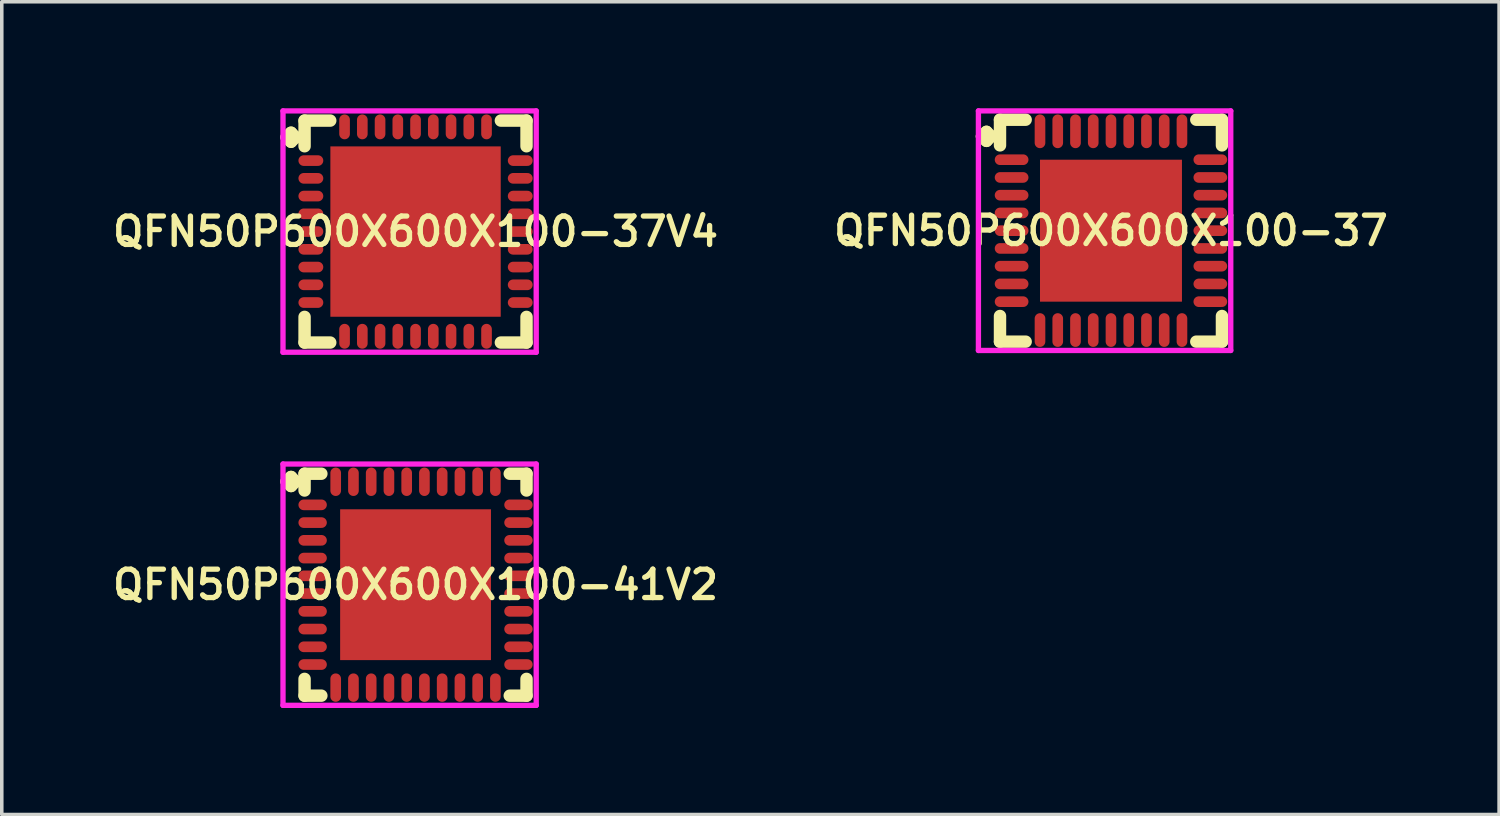
<source format=kicad_pcb>
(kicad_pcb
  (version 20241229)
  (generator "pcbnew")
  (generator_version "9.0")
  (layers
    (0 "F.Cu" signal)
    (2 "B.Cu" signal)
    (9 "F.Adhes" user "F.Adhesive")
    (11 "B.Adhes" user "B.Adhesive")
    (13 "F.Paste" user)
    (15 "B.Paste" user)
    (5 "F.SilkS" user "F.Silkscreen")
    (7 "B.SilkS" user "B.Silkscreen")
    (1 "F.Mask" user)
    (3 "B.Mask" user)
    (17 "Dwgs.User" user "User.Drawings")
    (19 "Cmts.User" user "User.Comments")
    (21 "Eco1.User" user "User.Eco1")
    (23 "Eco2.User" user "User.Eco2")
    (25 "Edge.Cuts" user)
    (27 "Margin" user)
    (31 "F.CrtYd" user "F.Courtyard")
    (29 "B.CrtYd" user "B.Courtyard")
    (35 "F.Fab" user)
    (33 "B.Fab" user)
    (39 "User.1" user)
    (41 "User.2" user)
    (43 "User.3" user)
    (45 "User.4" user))
  (footprint "QFN50P600X600X100-37V4"
    (layer "F.Cu")
    (at 8.659 3.475)
    (property "Reference" "QFN50P600X600X100-37V4" (at 0 0 0) (layer "F.SilkS") (effects (font (size 0.8 0.8) (thickness 0.15))))
    (attr smd)
    (fp_line (start -3.635 -2.658) (end -3.508 -2.785) (stroke (width 0.35) (type solid)) (layer "F.SilkS"))
    (fp_line (start -3.508 -2.785) (end -3.381 -2.658) (stroke (width 0.35) (type solid)) (layer "F.SilkS"))
    (fp_line (start -3.508 -2.531) (end -3.635 -2.658) (stroke (width 0.35) (type solid)) (layer "F.SilkS"))
    (fp_line (start -3.381 -2.658) (end -3.508 -2.531) (stroke (width 0.35) (type solid)) (layer "F.SilkS"))
    (fp_line (start -3.127 -3.127) (end -2.404 -3.127) (stroke (width 0.35) (type solid)) (layer "F.SilkS"))
    (fp_line (start -3.127 -2.404) (end -3.127 -3.127) (stroke (width 0.35) (type solid)) (layer "F.SilkS"))
    (fp_line (start -3.127 2.404) (end -3.127 3.127) (stroke (width 0.35) (type solid)) (layer "F.SilkS"))
    (fp_line (start -3.127 3.127) (end -2.404 3.127) (stroke (width 0.35) (type solid)) (layer "F.SilkS"))
    (fp_line (start 2.404 -3.127) (end 3.127 -3.127) (stroke (width 0.35) (type solid)) (layer "F.SilkS"))
    (fp_line (start 2.404 3.127) (end 3.127 3.127) (stroke (width 0.35) (type solid)) (layer "F.SilkS"))
    (fp_line (start 3.127 -3.127) (end 3.127 -2.404) (stroke (width 0.35) (type solid)) (layer "F.SilkS"))
    (fp_line (start 3.127 3.127) (end 3.127 2.404) (stroke (width 0.35) (type solid)) (layer "F.SilkS"))
    (fp_line (start -3.735 -3.4) (end 3.4 -3.4) (stroke (width 0.15) (type solid)) (layer "F.CrtYd"))
    (fp_line (start -3.735 3.4) (end -3.735 -3.4) (stroke (width 0.15) (type solid)) (layer "F.CrtYd"))
    (fp_line (start 3.4 -3.4) (end 3.4 3.4) (stroke (width 0.15) (type solid)) (layer "F.CrtYd"))
    (fp_line (start 3.4 3.4) (end -3.735 3.4) (stroke (width 0.15) (type solid)) (layer "F.CrtYd"))
    (pad "1" smd oval (at -2.95 -2) (size 0.7 0.3) (layers "F.Cu" "F.Mask" "F.Paste"))
    (pad "2" smd oval (at -2.95 -1.5) (size 0.7 0.3) (layers "F.Cu" "F.Mask" "F.Paste"))
    (pad "3" smd oval (at -2.95 -1) (size 0.7 0.3) (layers "F.Cu" "F.Mask" "F.Paste"))
    (pad "4" smd oval (at -2.95 -0.5) (size 0.7 0.3) (layers "F.Cu" "F.Mask" "F.Paste"))
    (pad "5" smd oval (at -2.95 0) (size 0.7 0.3) (layers "F.Cu" "F.Mask" "F.Paste"))
    (pad "6" smd oval (at -2.95 0.5) (size 0.7 0.3) (layers "F.Cu" "F.Mask" "F.Paste"))
    (pad "7" smd oval (at -2.95 1) (size 0.7 0.3) (layers "F.Cu" "F.Mask" "F.Paste"))
    (pad "8" smd oval (at -2.95 1.5) (size 0.7 0.3) (layers "F.Cu" "F.Mask" "F.Paste"))
    (pad "9" smd oval (at -2.95 2) (size 0.7 0.3) (layers "F.Cu" "F.Mask" "F.Paste"))
    (pad "10" smd oval (at -2 2.95) (size 0.3 0.7) (layers "F.Cu" "F.Mask" "F.Paste"))
    (pad "11" smd oval (at -1.5 2.95) (size 0.3 0.7) (layers "F.Cu" "F.Mask" "F.Paste"))
    (pad "12" smd oval (at -1 2.95) (size 0.3 0.7) (layers "F.Cu" "F.Mask" "F.Paste"))
    (pad "13" smd oval (at -0.5 2.95) (size 0.3 0.7) (layers "F.Cu" "F.Mask" "F.Paste"))
    (pad "14" smd oval (at 0 2.95) (size 0.3 0.7) (layers "F.Cu" "F.Mask" "F.Paste"))
    (pad "15" smd oval (at 0.5 2.95) (size 0.3 0.7) (layers "F.Cu" "F.Mask" "F.Paste"))
    (pad "16" smd oval (at 1 2.95) (size 0.3 0.7) (layers "F.Cu" "F.Mask" "F.Paste"))
    (pad "17" smd oval (at 1.5 2.95) (size 0.3 0.7) (layers "F.Cu" "F.Mask" "F.Paste"))
    (pad "18" smd oval (at 2 2.95) (size 0.3 0.7) (layers "F.Cu" "F.Mask" "F.Paste"))
    (pad "19" smd oval (at 2.95 2) (size 0.7 0.3) (layers "F.Cu" "F.Mask" "F.Paste"))
    (pad "20" smd oval (at 2.95 1.5) (size 0.7 0.3) (layers "F.Cu" "F.Mask" "F.Paste"))
    (pad "21" smd oval (at 2.95 1) (size 0.7 0.3) (layers "F.Cu" "F.Mask" "F.Paste"))
    (pad "22" smd oval (at 2.95 0.5) (size 0.7 0.3) (layers "F.Cu" "F.Mask" "F.Paste"))
    (pad "23" smd oval (at 2.95 0) (size 0.7 0.3) (layers "F.Cu" "F.Mask" "F.Paste"))
    (pad "24" smd oval (at 2.95 -0.5) (size 0.7 0.3) (layers "F.Cu" "F.Mask" "F.Paste"))
    (pad "25" smd oval (at 2.95 -1) (size 0.7 0.3) (layers "F.Cu" "F.Mask" "F.Paste"))
    (pad "26" smd oval (at 2.95 -1.5) (size 0.7 0.3) (layers "F.Cu" "F.Mask" "F.Paste"))
    (pad "27" smd oval (at 2.95 -2) (size 0.7 0.3) (layers "F.Cu" "F.Mask" "F.Paste"))
    (pad "28" smd oval (at 2 -2.95) (size 0.3 0.7) (layers "F.Cu" "F.Mask" "F.Paste"))
    (pad "29" smd oval (at 1.5 -2.95) (size 0.3 0.7) (layers "F.Cu" "F.Mask" "F.Paste"))
    (pad "30" smd oval (at 1 -2.95) (size 0.3 0.7) (layers "F.Cu" "F.Mask" "F.Paste"))
    (pad "31" smd oval (at 0.5 -2.95) (size 0.3 0.7) (layers "F.Cu" "F.Mask" "F.Paste"))
    (pad "32" smd oval (at 0 -2.95) (size 0.3 0.7) (layers "F.Cu" "F.Mask" "F.Paste"))
    (pad "33" smd oval (at -0.5 -2.95) (size 0.3 0.7) (layers "F.Cu" "F.Mask" "F.Paste"))
    (pad "34" smd oval (at -1 -2.95) (size 0.3 0.7) (layers "F.Cu" "F.Mask" "F.Paste"))
    (pad "35" smd oval (at -1.5 -2.95) (size 0.3 0.7) (layers "F.Cu" "F.Mask" "F.Paste"))
    (pad "36" smd oval (at -2 -2.95) (size 0.3 0.7) (layers "F.Cu" "F.Mask" "F.Paste"))
    (pad "37" smd rect (at 0 0) (size 4.8 4.8) (layers "F.Cu" "F.Mask" "F.Paste")))
  (footprint "QFN50P600X600X100-41V2"
    (layer "F.Cu")
    (at 8.659 13.425)
    (property "Reference" "QFN50P600X600X100-41V2" (at 0 0 0) (layer "F.SilkS") (effects (font (size 0.8 0.8) (thickness 0.15))))
    (attr smd)
    (fp_line (start -3.635 -2.908) (end -3.508 -3.035) (stroke (width 0.35) (type solid)) (layer "F.SilkS"))
    (fp_line (start -3.508 -3.035) (end -3.381 -2.908) (stroke (width 0.35) (type solid)) (layer "F.SilkS"))
    (fp_line (start -3.508 -2.781) (end -3.635 -2.908) (stroke (width 0.35) (type solid)) (layer "F.SilkS"))
    (fp_line (start -3.381 -2.908) (end -3.508 -2.781) (stroke (width 0.35) (type solid)) (layer "F.SilkS"))
    (fp_line (start -3.127 -3.127) (end -2.654 -3.127) (stroke (width 0.35) (type solid)) (layer "F.SilkS"))
    (fp_line (start -3.127 -2.654) (end -3.127 -3.127) (stroke (width 0.35) (type solid)) (layer "F.SilkS"))
    (fp_line (start -3.127 2.654) (end -3.127 3.127) (stroke (width 0.35) (type solid)) (layer "F.SilkS"))
    (fp_line (start -3.127 3.127) (end -2.654 3.127) (stroke (width 0.35) (type solid)) (layer "F.SilkS"))
    (fp_line (start 2.654 -3.127) (end 3.127 -3.127) (stroke (width 0.35) (type solid)) (layer "F.SilkS"))
    (fp_line (start 2.654 3.127) (end 3.127 3.127) (stroke (width 0.35) (type solid)) (layer "F.SilkS"))
    (fp_line (start 3.127 -3.127) (end 3.127 -2.654) (stroke (width 0.35) (type solid)) (layer "F.SilkS"))
    (fp_line (start 3.127 3.127) (end 3.127 2.654) (stroke (width 0.35) (type solid)) (layer "F.SilkS"))
    (fp_line (start -3.735 -3.4) (end 3.4 -3.4) (stroke (width 0.15) (type solid)) (layer "F.CrtYd"))
    (fp_line (start -3.735 3.4) (end -3.735 -3.4) (stroke (width 0.15) (type solid)) (layer "F.CrtYd"))
    (fp_line (start 3.4 -3.4) (end 3.4 3.4) (stroke (width 0.15) (type solid)) (layer "F.CrtYd"))
    (fp_line (start 3.4 3.4) (end -3.735 3.4) (stroke (width 0.15) (type solid)) (layer "F.CrtYd"))
    (pad "1" smd oval (at -2.9 -2.25) (size 0.8 0.3) (layers "F.Cu" "F.Mask" "F.Paste"))
    (pad "2" smd oval (at -2.9 -1.75) (size 0.8 0.3) (layers "F.Cu" "F.Mask" "F.Paste"))
    (pad "3" smd oval (at -2.9 -1.25) (size 0.8 0.3) (layers "F.Cu" "F.Mask" "F.Paste"))
    (pad "4" smd oval (at -2.9 -0.75) (size 0.8 0.3) (layers "F.Cu" "F.Mask" "F.Paste"))
    (pad "5" smd oval (at -2.9 -0.25) (size 0.8 0.3) (layers "F.Cu" "F.Mask" "F.Paste"))
    (pad "6" smd oval (at -2.9 0.25) (size 0.8 0.3) (layers "F.Cu" "F.Mask" "F.Paste"))
    (pad "7" smd oval (at -2.9 0.75) (size 0.8 0.3) (layers "F.Cu" "F.Mask" "F.Paste"))
    (pad "8" smd oval (at -2.9 1.25) (size 0.8 0.3) (layers "F.Cu" "F.Mask" "F.Paste"))
    (pad "9" smd oval (at -2.9 1.75) (size 0.8 0.3) (layers "F.Cu" "F.Mask" "F.Paste"))
    (pad "10" smd oval (at -2.9 2.25) (size 0.8 0.3) (layers "F.Cu" "F.Mask" "F.Paste"))
    (pad "11" smd oval (at -2.25 2.9) (size 0.3 0.8) (layers "F.Cu" "F.Mask" "F.Paste"))
    (pad "12" smd oval (at -1.75 2.9) (size 0.3 0.8) (layers "F.Cu" "F.Mask" "F.Paste"))
    (pad "13" smd oval (at -1.25 2.9) (size 0.3 0.8) (layers "F.Cu" "F.Mask" "F.Paste"))
    (pad "14" smd oval (at -0.75 2.9) (size 0.3 0.8) (layers "F.Cu" "F.Mask" "F.Paste"))
    (pad "15" smd oval (at -0.25 2.9) (size 0.3 0.8) (layers "F.Cu" "F.Mask" "F.Paste"))
    (pad "16" smd oval (at 0.25 2.9) (size 0.3 0.8) (layers "F.Cu" "F.Mask" "F.Paste"))
    (pad "17" smd oval (at 0.75 2.9) (size 0.3 0.8) (layers "F.Cu" "F.Mask" "F.Paste"))
    (pad "18" smd oval (at 1.25 2.9) (size 0.3 0.8) (layers "F.Cu" "F.Mask" "F.Paste"))
    (pad "19" smd oval (at 1.75 2.9) (size 0.3 0.8) (layers "F.Cu" "F.Mask" "F.Paste"))
    (pad "20" smd oval (at 2.25 2.9) (size 0.3 0.8) (layers "F.Cu" "F.Mask" "F.Paste"))
    (pad "21" smd oval (at 2.9 2.25) (size 0.8 0.3) (layers "F.Cu" "F.Mask" "F.Paste"))
    (pad "22" smd oval (at 2.9 1.75) (size 0.8 0.3) (layers "F.Cu" "F.Mask" "F.Paste"))
    (pad "23" smd oval (at 2.9 1.25) (size 0.8 0.3) (layers "F.Cu" "F.Mask" "F.Paste"))
    (pad "24" smd oval (at 2.9 0.75) (size 0.8 0.3) (layers "F.Cu" "F.Mask" "F.Paste"))
    (pad "25" smd oval (at 2.9 0.25) (size 0.8 0.3) (layers "F.Cu" "F.Mask" "F.Paste"))
    (pad "26" smd oval (at 2.9 -0.25) (size 0.8 0.3) (layers "F.Cu" "F.Mask" "F.Paste"))
    (pad "27" smd oval (at 2.9 -0.75) (size 0.8 0.3) (layers "F.Cu" "F.Mask" "F.Paste"))
    (pad "28" smd oval (at 2.9 -1.25) (size 0.8 0.3) (layers "F.Cu" "F.Mask" "F.Paste"))
    (pad "29" smd oval (at 2.9 -1.75) (size 0.8 0.3) (layers "F.Cu" "F.Mask" "F.Paste"))
    (pad "30" smd oval (at 2.9 -2.25) (size 0.8 0.3) (layers "F.Cu" "F.Mask" "F.Paste"))
    (pad "31" smd oval (at 2.25 -2.9) (size 0.3 0.8) (layers "F.Cu" "F.Mask" "F.Paste"))
    (pad "32" smd oval (at 1.75 -2.9) (size 0.3 0.8) (layers "F.Cu" "F.Mask" "F.Paste"))
    (pad "33" smd oval (at 1.25 -2.9) (size 0.3 0.8) (layers "F.Cu" "F.Mask" "F.Paste"))
    (pad "34" smd oval (at 0.75 -2.9) (size 0.3 0.8) (layers "F.Cu" "F.Mask" "F.Paste"))
    (pad "35" smd oval (at 0.25 -2.9) (size 0.3 0.8) (layers "F.Cu" "F.Mask" "F.Paste"))
    (pad "36" smd oval (at -0.25 -2.9) (size 0.3 0.8) (layers "F.Cu" "F.Mask" "F.Paste"))
    (pad "37" smd oval (at -0.75 -2.9) (size 0.3 0.8) (layers "F.Cu" "F.Mask" "F.Paste"))
    (pad "38" smd oval (at -1.25 -2.9) (size 0.3 0.8) (layers "F.Cu" "F.Mask" "F.Paste"))
    (pad "39" smd oval (at -1.75 -2.9) (size 0.3 0.8) (layers "F.Cu" "F.Mask" "F.Paste"))
    (pad "40" smd oval (at -2.25 -2.9) (size 0.3 0.8) (layers "F.Cu" "F.Mask" "F.Paste"))
    (pad "41" smd rect (at 0 0) (size 4.25 4.25) (layers "F.Cu" "F.Mask" "F.Paste")))
  (footprint "QFN50P600X600X100-37"
    (layer "F.Cu")
    (at 28.254 3.45)
    (property "Reference" "QFN50P600X600X100-37" (at 0 0 0) (layer "F.SilkS") (effects (font (size 0.8 0.8) (thickness 0.15))))
    (attr smd)
    (fp_line (start -3.635 -2.658) (end -3.508 -2.785) (stroke (width 0.35) (type solid)) (layer "F.SilkS"))
    (fp_line (start -3.508 -2.785) (end -3.381 -2.658) (stroke (width 0.35) (type solid)) (layer "F.SilkS"))
    (fp_line (start -3.508 -2.531) (end -3.635 -2.658) (stroke (width 0.35) (type solid)) (layer "F.SilkS"))
    (fp_line (start -3.381 -2.658) (end -3.508 -2.531) (stroke (width 0.35) (type solid)) (layer "F.SilkS"))
    (fp_line (start -3.127 -3.127) (end -2.404 -3.127) (stroke (width 0.35) (type solid)) (layer "F.SilkS"))
    (fp_line (start -3.127 -2.404) (end -3.127 -3.127) (stroke (width 0.35) (type solid)) (layer "F.SilkS"))
    (fp_line (start -3.127 2.404) (end -3.127 3.127) (stroke (width 0.35) (type solid)) (layer "F.SilkS"))
    (fp_line (start -3.127 3.127) (end -2.404 3.127) (stroke (width 0.35) (type solid)) (layer "F.SilkS"))
    (fp_line (start 2.404 -3.127) (end 3.127 -3.127) (stroke (width 0.35) (type solid)) (layer "F.SilkS"))
    (fp_line (start 2.404 3.127) (end 3.127 3.127) (stroke (width 0.35) (type solid)) (layer "F.SilkS"))
    (fp_line (start 3.127 -3.127) (end 3.127 -2.404) (stroke (width 0.35) (type solid)) (layer "F.SilkS"))
    (fp_line (start 3.127 3.127) (end 3.127 2.404) (stroke (width 0.35) (type solid)) (layer "F.SilkS"))
    (fp_line (start -3.735 -3.375) (end 3.375 -3.375) (stroke (width 0.15) (type solid)) (layer "F.CrtYd"))
    (fp_line (start -3.735 3.375) (end -3.735 -3.375) (stroke (width 0.15) (type solid)) (layer "F.CrtYd"))
    (fp_line (start 3.375 -3.375) (end 3.375 3.375) (stroke (width 0.15) (type solid)) (layer "F.CrtYd"))
    (fp_line (start 3.375 3.375) (end -3.735 3.375) (stroke (width 0.15) (type solid)) (layer "F.CrtYd"))
    (pad "1" smd oval (at -2.8 -2) (size 0.95 0.3) (layers "F.Cu" "F.Mask" "F.Paste"))
    (pad "2" smd oval (at -2.8 -1.5) (size 0.95 0.3) (layers "F.Cu" "F.Mask" "F.Paste"))
    (pad "3" smd oval (at -2.8 -1) (size 0.95 0.3) (layers "F.Cu" "F.Mask" "F.Paste"))
    (pad "4" smd oval (at -2.8 -0.5) (size 0.95 0.3) (layers "F.Cu" "F.Mask" "F.Paste"))
    (pad "5" smd oval (at -2.8 0) (size 0.95 0.3) (layers "F.Cu" "F.Mask" "F.Paste"))
    (pad "6" smd oval (at -2.8 0.5) (size 0.95 0.3) (layers "F.Cu" "F.Mask" "F.Paste"))
    (pad "7" smd oval (at -2.8 1) (size 0.95 0.3) (layers "F.Cu" "F.Mask" "F.Paste"))
    (pad "8" smd oval (at -2.8 1.5) (size 0.95 0.3) (layers "F.Cu" "F.Mask" "F.Paste"))
    (pad "9" smd oval (at -2.8 2) (size 0.95 0.3) (layers "F.Cu" "F.Mask" "F.Paste"))
    (pad "10" smd oval (at -2 2.8) (size 0.3 0.95) (layers "F.Cu" "F.Mask" "F.Paste"))
    (pad "11" smd oval (at -1.5 2.8) (size 0.3 0.95) (layers "F.Cu" "F.Mask" "F.Paste"))
    (pad "12" smd oval (at -1 2.8) (size 0.3 0.95) (layers "F.Cu" "F.Mask" "F.Paste"))
    (pad "13" smd oval (at -0.5 2.8) (size 0.3 0.95) (layers "F.Cu" "F.Mask" "F.Paste"))
    (pad "14" smd oval (at 0 2.8) (size 0.3 0.95) (layers "F.Cu" "F.Mask" "F.Paste"))
    (pad "15" smd oval (at 0.5 2.8) (size 0.3 0.95) (layers "F.Cu" "F.Mask" "F.Paste"))
    (pad "16" smd oval (at 1 2.8) (size 0.3 0.95) (layers "F.Cu" "F.Mask" "F.Paste"))
    (pad "17" smd oval (at 1.5 2.8) (size 0.3 0.95) (layers "F.Cu" "F.Mask" "F.Paste"))
    (pad "18" smd oval (at 2 2.8) (size 0.3 0.95) (layers "F.Cu" "F.Mask" "F.Paste"))
    (pad "19" smd oval (at 2.8 2) (size 0.95 0.3) (layers "F.Cu" "F.Mask" "F.Paste"))
    (pad "20" smd oval (at 2.8 1.5) (size 0.95 0.3) (layers "F.Cu" "F.Mask" "F.Paste"))
    (pad "21" smd oval (at 2.8 1) (size 0.95 0.3) (layers "F.Cu" "F.Mask" "F.Paste"))
    (pad "22" smd oval (at 2.8 0.5) (size 0.95 0.3) (layers "F.Cu" "F.Mask" "F.Paste"))
    (pad "23" smd oval (at 2.8 0) (size 0.95 0.3) (layers "F.Cu" "F.Mask" "F.Paste"))
    (pad "24" smd oval (at 2.8 -0.5) (size 0.95 0.3) (layers "F.Cu" "F.Mask" "F.Paste"))
    (pad "25" smd oval (at 2.8 -1) (size 0.95 0.3) (layers "F.Cu" "F.Mask" "F.Paste"))
    (pad "26" smd oval (at 2.8 -1.5) (size 0.95 0.3) (layers "F.Cu" "F.Mask" "F.Paste"))
    (pad "27" smd oval (at 2.8 -2) (size 0.95 0.3) (layers "F.Cu" "F.Mask" "F.Paste"))
    (pad "28" smd oval (at 2 -2.8) (size 0.3 0.95) (layers "F.Cu" "F.Mask" "F.Paste"))
    (pad "29" smd oval (at 1.5 -2.8) (size 0.3 0.95) (layers "F.Cu" "F.Mask" "F.Paste"))
    (pad "30" smd oval (at 1 -2.8) (size 0.3 0.95) (layers "F.Cu" "F.Mask" "F.Paste"))
    (pad "31" smd oval (at 0.5 -2.8) (size 0.3 0.95) (layers "F.Cu" "F.Mask" "F.Paste"))
    (pad "32" smd oval (at 0 -2.8) (size 0.3 0.95) (layers "F.Cu" "F.Mask" "F.Paste"))
    (pad "33" smd oval (at -0.5 -2.8) (size 0.3 0.95) (layers "F.Cu" "F.Mask" "F.Paste"))
    (pad "34" smd oval (at -1 -2.8) (size 0.3 0.95) (layers "F.Cu" "F.Mask" "F.Paste"))
    (pad "35" smd oval (at -1.5 -2.8) (size 0.3 0.95) (layers "F.Cu" "F.Mask" "F.Paste"))
    (pad "36" smd oval (at -2 -2.8) (size 0.3 0.95) (layers "F.Cu" "F.Mask" "F.Paste"))
    (pad "37" smd rect (at 0 0) (size 4 4) (layers "F.Cu" "F.Mask" "F.Paste")))
  (gr_rect
    (start -3 -3)
    (end 39.19 19.9)
    (stroke (width 0.1) (type default))
    (fill no)
    (layer "Edge.Cuts")))
</source>
